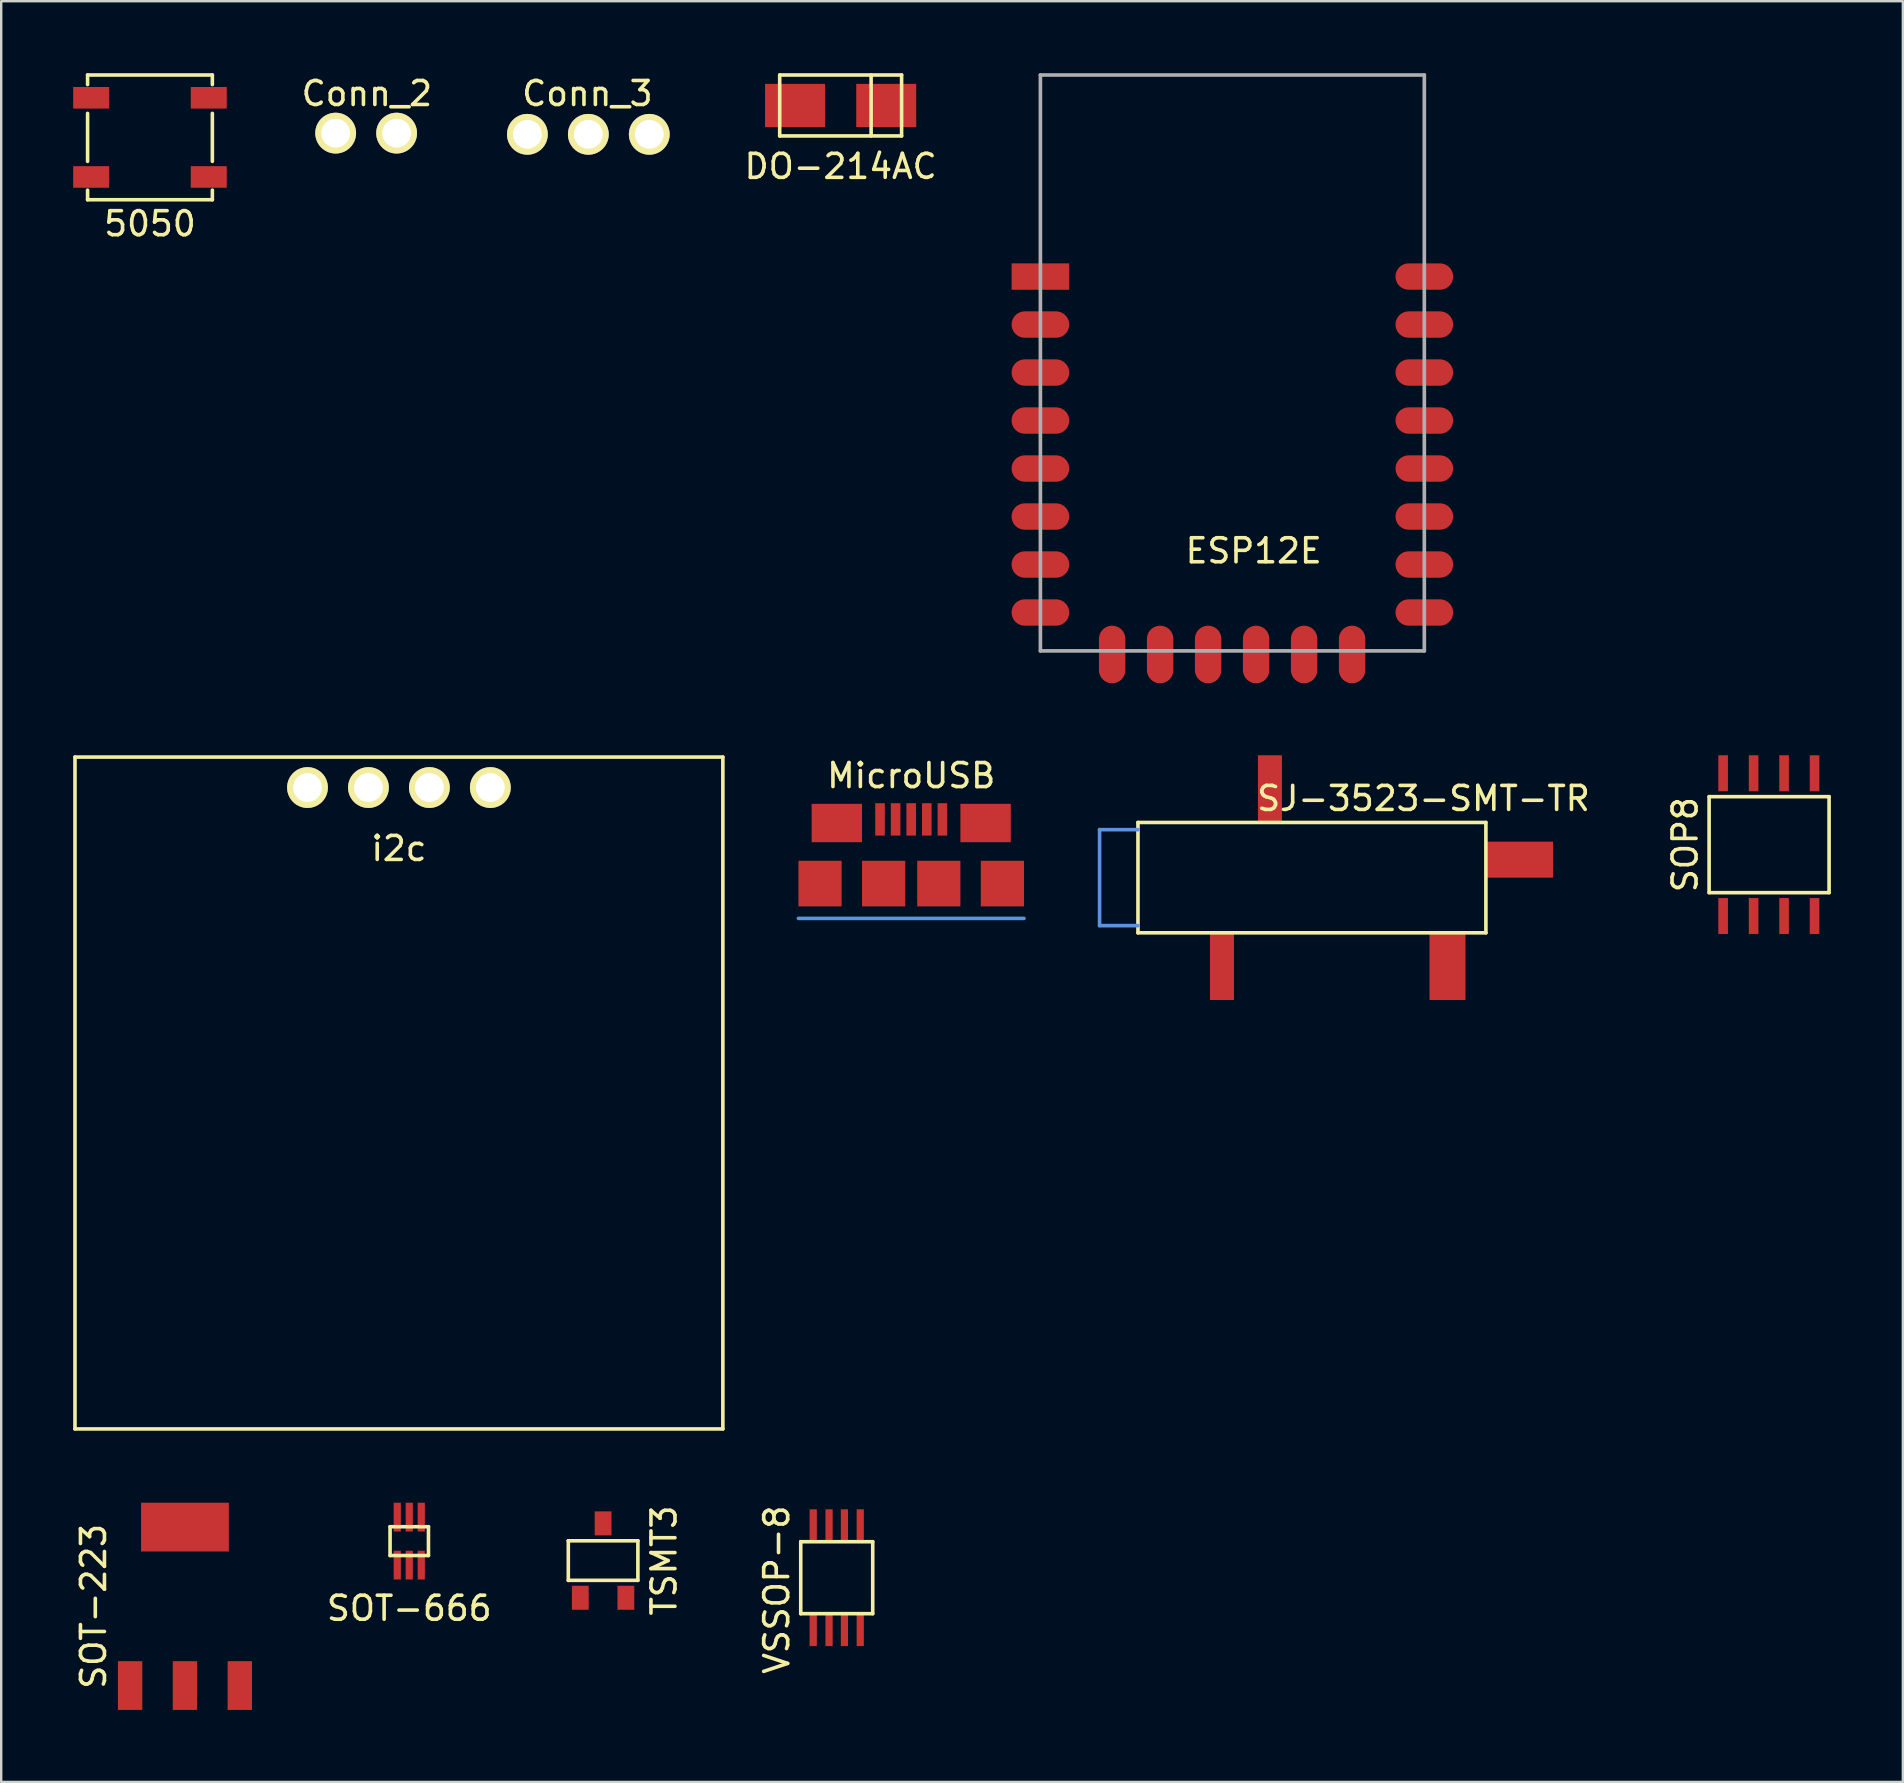
<source format=kicad_pcb>
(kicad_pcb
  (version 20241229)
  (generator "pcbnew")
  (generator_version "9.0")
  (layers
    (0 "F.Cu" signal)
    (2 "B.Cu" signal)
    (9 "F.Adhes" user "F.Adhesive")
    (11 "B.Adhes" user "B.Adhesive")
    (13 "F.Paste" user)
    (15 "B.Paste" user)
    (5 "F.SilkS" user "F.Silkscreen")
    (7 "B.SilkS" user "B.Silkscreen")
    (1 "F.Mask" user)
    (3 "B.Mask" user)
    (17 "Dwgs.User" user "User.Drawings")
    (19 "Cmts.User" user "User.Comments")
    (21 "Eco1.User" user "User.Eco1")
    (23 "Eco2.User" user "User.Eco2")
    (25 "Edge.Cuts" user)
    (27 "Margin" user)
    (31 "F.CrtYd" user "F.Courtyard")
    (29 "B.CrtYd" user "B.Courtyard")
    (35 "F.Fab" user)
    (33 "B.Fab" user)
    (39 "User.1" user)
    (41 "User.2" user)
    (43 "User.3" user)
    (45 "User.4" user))
  (footprint "SOT-223"
    (layer "F.Cu")
    (at 4.658 63.894)
    (property "Reference" "SOT-223" (at -3.81 0 270) (layer "F.SilkS") (effects (font (size 1 1) (thickness 0.15))))
    (attr smd)
    (pad "1" smd rect (at -2.286 3.302) (size 1.016 2.032) (layers "F.Cu" "F.Mask" "F.Paste"))
    (pad "2" smd rect (at 0 -3.302) (size 3.658 2.032) (layers "F.Cu" "F.Mask" "F.Paste"))
    (pad "2" smd rect (at 0 3.302) (size 1.016 2.032) (layers "F.Cu" "F.Mask" "F.Paste"))
    (pad "3" smd rect (at 2.286 3.302) (size 1.016 2.032) (layers "F.Cu" "F.Mask" "F.Paste")))
  (footprint "SJ-3523-SMT-TR"
    (layer "F.Cu")
    (at 47.875 33.526)
    (property "Reference" "SJ-3523-SMT-TR" (at 8.4 -3.3 0) (layer "F.SilkS") (effects (font (size 1 1) (thickness 0.15))))
    (attr through_hole)
    (fp_line (start -3.5 -2.3) (end -3.5 2.3) (stroke (width 0.15) (type solid)) (layer "F.SilkS"))
    (fp_line (start -3.5 -2.3) (end 11 -2.3) (stroke (width 0.15) (type solid)) (layer "F.SilkS"))
    (fp_line (start -3.5 2.3) (end 11 2.3) (stroke (width 0.15) (type solid)) (layer "F.SilkS"))
    (fp_line (start 11 -2.3) (end 11 2.3) (stroke (width 0.15) (type solid)) (layer "F.SilkS"))
    (fp_line (start -5.1 -2) (end -3.5 -2) (stroke (width 0.15) (type solid)) (layer "Cmts.User"))
    (fp_line (start -5.1 2) (end -5.1 -2) (stroke (width 0.15) (type solid)) (layer "Cmts.User"))
    (fp_line (start -3.5 2) (end -5.1 2) (stroke (width 0.15) (type solid)) (layer "Cmts.User"))
    (pad "" smd rect (at 12.4 -0.75) (size 2.8 1.5) (layers "F.Cu" "F.Mask" "F.Paste"))
    (pad "1" smd rect (at 9.4 3.7) (size 1.5 2.8) (layers "F.Cu" "F.Mask" "F.Paste"))
    (pad "4" smd rect (at 2 -3.7) (size 1 2.8) (layers "F.Cu" "F.Mask" "F.Paste"))
    (pad "5" smd rect (at 0 3.7) (size 1 2.8) (layers "F.Cu" "F.Mask" "F.Paste")))
  (footprint "TSMT3"
    (layer "F.Cu")
    (at 22.084 61.987)
    (property "Reference" "TSMT3" (at 2.54 0 90) (layer "F.SilkS") (effects (font (size 1 1) (thickness 0.15))))
    (attr through_hole)
    (fp_line (start -1.45 -0.825) (end -1.45 0.825) (stroke (width 0.15) (type solid)) (layer "F.SilkS"))
    (fp_line (start -1.45 -0.825) (end 1.45 -0.825) (stroke (width 0.15) (type solid)) (layer "F.SilkS"))
    (fp_line (start -1.45 0.825) (end 1.45 0.825) (stroke (width 0.15) (type solid)) (layer "F.SilkS"))
    (fp_line (start 1.45 0.825) (end 1.45 -0.825) (stroke (width 0.15) (type solid)) (layer "F.SilkS"))
    (pad "1" smd rect (at -0.95 1.55) (size 0.7 1) (layers "F.Cu" "F.Mask" "F.Paste"))
    (pad "2" smd rect (at 0.95 1.55) (size 0.7 1) (layers "F.Cu" "F.Mask" "F.Paste"))
    (pad "3" smd rect (at 0 -1.55) (size 0.7 1) (layers "F.Cu" "F.Mask" "F.Paste")))
  (footprint "Conn_2"
    (layer "F.Cu")
    (at 10.939 2.498)
    (property "Reference" "Conn_2" (at 1.3 -1.65 0) (layer "F.SilkS") (effects (font (size 1 1) (thickness 0.15))))
    (attr through_hole)
    (pad "1" thru_hole circle (at 0 0) (size 1.7 1.7) (drill 1.2) (layers "*.Cu" "*.Mask" "F.SilkS"))
    (pad "2" thru_hole circle (at 2.54 0) (size 1.7 1.7) (drill 1.2) (layers "*.Cu" "*.Mask" "F.SilkS")))
  (footprint "i2c"
    (layer "F.Cu")
    (at 13.575 29.771)
    (property "Reference" "i2c" (at 0 2.54 0) (layer "F.SilkS") (effects (font (size 1 1) (thickness 0.15))))
    (attr through_hole)
    (fp_line (start -13.5 -1.27) (end -13.5 26.73) (stroke (width 0.15) (type solid)) (layer "F.SilkS"))
    (fp_line (start -13.5 -1.27) (end 13.5 -1.27) (stroke (width 0.15) (type solid)) (layer "F.SilkS"))
    (fp_line (start -13.5 26.73) (end 13.5 26.73) (stroke (width 0.15) (type solid)) (layer "F.SilkS"))
    (fp_line (start 13.5 -1.27) (end 13.5 26.73) (stroke (width 0.15) (type solid)) (layer "F.SilkS"))
    (pad "1" thru_hole circle (at -3.81 0) (size 1.7 1.7) (drill 1.2) (layers "*.Cu" "*.Mask" "F.SilkS"))
    (pad "2" thru_hole circle (at -1.27 0) (size 1.7 1.7) (drill 1.2) (layers "*.Cu" "*.Mask" "F.SilkS"))
    (pad "3" thru_hole circle (at 1.27 0) (size 1.7 1.7) (drill 1.2) (layers "*.Cu" "*.Mask" "F.SilkS"))
    (pad "4" thru_hole circle (at 3.81 0) (size 1.7 1.7) (drill 1.2) (layers "*.Cu" "*.Mask" "F.SilkS")))
  (footprint "DO-214AC"
    (layer "F.Cu")
    (at 31.984 1.345)
    (property "Reference" "DO-214AC" (at 0 2.54 0) (layer "F.SilkS") (effects (font (size 1 1) (thickness 0.15))))
    (attr through_hole)
    (fp_line (start -2.54 -1.27) (end 2.54 -1.27) (stroke (width 0.15) (type solid)) (layer "F.SilkS"))
    (fp_line (start -2.54 1.27) (end -2.54 -1.27) (stroke (width 0.15) (type solid)) (layer "F.SilkS"))
    (fp_line (start 1.27 -1.27) (end 1.27 1.27) (stroke (width 0.15) (type solid)) (layer "F.SilkS"))
    (fp_line (start 2.54 -1.27) (end 2.54 1.27) (stroke (width 0.15) (type solid)) (layer "F.SilkS"))
    (fp_line (start 2.54 1.27) (end -2.54 1.27) (stroke (width 0.15) (type solid)) (layer "F.SilkS"))
    (pad "1" smd rect (at 1.9 0) (size 2.5 1.8) (layers "F.Cu" "F.Mask" "F.Paste"))
    (pad "2" smd rect (at -1.9 0) (size 2.5 1.8) (layers "F.Cu" "F.Mask" "F.Paste")))
  (footprint "Conn_3"
    (layer "F.Cu")
    (at 18.929 2.548)
    (property "Reference" "Conn_3" (at 2.5 -1.7 0) (layer "F.SilkS") (effects (font (size 1 1) (thickness 0.15))))
    (attr through_hole)
    (pad "1" thru_hole circle (at 0 0) (size 1.7 1.7) (drill 1.2) (layers "*.Cu" "*.Mask" "F.SilkS"))
    (pad "2" thru_hole circle (at 2.54 0) (size 1.7 1.7) (drill 1.2) (layers "*.Cu" "*.Mask" "F.SilkS"))
    (pad "3" thru_hole circle (at 5.08 0) (size 1.7 1.7) (drill 1.2) (layers "*.Cu" "*.Mask" "F.SilkS")))
  (footprint "ESP12E"
    (layer "F.Cu")
    (at 40.309 8.476)
    (property "Reference" "ESP12E" (at 8.89 11.43 0) (layer "F.SilkS") (effects (font (size 1 1) (thickness 0.15))))
    (attr through_hole)
    (fp_line (start 0 -8.4) (end 16 -8.4) (stroke (width 0.152) (type solid)) (layer "F.Fab"))
    (fp_line (start 0 15.6) (end 0 -8.4) (stroke (width 0.152) (type solid)) (layer "F.Fab"))
    (fp_line (start 16 -8.4) (end 16 15.6) (stroke (width 0.152) (type solid)) (layer "F.Fab"))
    (fp_line (start 16 15.6) (end 0 15.6) (stroke (width 0.152) (type solid)) (layer "F.Fab"))
    (pad "1" smd rect (at 0 0) (size 2.4 1.1) (layers "F.Cu" "F.Mask" "F.Paste"))
    (pad "2" smd oval (at 0 2) (size 2.4 1.1) (layers "F.Cu" "F.Mask" "F.Paste"))
    (pad "3" smd oval (at 0 4) (size 2.4 1.1) (layers "F.Cu" "F.Mask" "F.Paste"))
    (pad "4" smd oval (at 0 6) (size 2.4 1.1) (layers "F.Cu" "F.Mask" "F.Paste"))
    (pad "5" smd oval (at 0 8) (size 2.4 1.1) (layers "F.Cu" "F.Mask" "F.Paste"))
    (pad "6" smd oval (at 0 10) (size 2.4 1.1) (layers "F.Cu" "F.Mask" "F.Paste"))
    (pad "7" smd oval (at 0 12) (size 2.4 1.1) (layers "F.Cu" "F.Mask" "F.Paste"))
    (pad "8" smd oval (at 0 14) (size 2.4 1.1) (layers "F.Cu" "F.Mask" "F.Paste"))
    (pad "9" smd oval (at 2.99 15.75 90) (size 2.4 1.1) (layers "F.Cu" "F.Mask" "F.Paste"))
    (pad "10" smd oval (at 4.99 15.75 90) (size 2.4 1.1) (layers "F.Cu" "F.Mask" "F.Paste"))
    (pad "11" smd oval (at 6.99 15.75 90) (size 2.4 1.1) (layers "F.Cu" "F.Mask" "F.Paste"))
    (pad "12" smd oval (at 8.99 15.75 90) (size 2.4 1.1) (layers "F.Cu" "F.Mask" "F.Paste"))
    (pad "13" smd oval (at 10.99 15.75 90) (size 2.4 1.1) (layers "F.Cu" "F.Mask" "F.Paste"))
    (pad "14" smd oval (at 12.99 15.75 90) (size 2.4 1.1) (layers "F.Cu" "F.Mask" "F.Paste"))
    (pad "15" smd oval (at 16 14) (size 2.4 1.1) (layers "F.Cu" "F.Mask" "F.Paste"))
    (pad "16" smd oval (at 16 12) (size 2.4 1.1) (layers "F.Cu" "F.Mask" "F.Paste"))
    (pad "17" smd oval (at 16 10) (size 2.4 1.1) (layers "F.Cu" "F.Mask" "F.Paste"))
    (pad "18" smd oval (at 16 8) (size 2.4 1.1) (layers "F.Cu" "F.Mask" "F.Paste"))
    (pad "19" smd oval (at 16 6) (size 2.4 1.1) (layers "F.Cu" "F.Mask" "F.Paste"))
    (pad "20" smd oval (at 16 4) (size 2.4 1.1) (layers "F.Cu" "F.Mask" "F.Paste"))
    (pad "21" smd oval (at 16 2) (size 2.4 1.1) (layers "F.Cu" "F.Mask" "F.Paste"))
    (pad "22" smd oval (at 16 0) (size 2.4 1.1) (layers "F.Cu" "F.Mask" "F.Paste")))
  (footprint "5050"
    (layer "F.Cu")
    (at 3.2 2.675)
    (property "Reference" "5050" (at 0 3.6 0) (layer "F.SilkS") (effects (font (size 1 1) (thickness 0.15))))
    (attr through_hole)
    (fp_line (start -2.6 -2.6) (end 2.6 -2.6) (stroke (width 0.15) (type solid)) (layer "F.SilkS"))
    (fp_line (start -2.6 -2.2) (end -2.6 -2.6) (stroke (width 0.15) (type solid)) (layer "F.SilkS"))
    (fp_line (start -2.6 -1) (end -2.6 1) (stroke (width 0.15) (type solid)) (layer "F.SilkS"))
    (fp_line (start -2.6 2.2) (end -2.6 2.6) (stroke (width 0.15) (type solid)) (layer "F.SilkS"))
    (fp_line (start -2.6 2.6) (end 2.6 2.6) (stroke (width 0.15) (type solid)) (layer "F.SilkS"))
    (fp_line (start 2.6 -2.6) (end 2.6 -2.2) (stroke (width 0.15) (type solid)) (layer "F.SilkS"))
    (fp_line (start 2.6 -1) (end 2.6 1) (stroke (width 0.15) (type solid)) (layer "F.SilkS"))
    (fp_line (start 2.6 2.6) (end 2.6 2.2) (stroke (width 0.15) (type solid)) (layer "F.SilkS"))
    (pad "1" smd rect (at -2.45 -1.65) (size 1.5 0.9) (layers "F.Cu" "F.Mask" "F.Paste"))
    (pad "2" smd rect (at -2.45 1.65) (size 1.5 0.9) (layers "F.Cu" "F.Mask" "F.Paste"))
    (pad "3" smd rect (at 2.45 1.65) (size 1.5 0.9) (layers "F.Cu" "F.Mask" "F.Paste"))
    (pad "4" smd rect (at 2.45 -1.65) (size 1.5 0.9) (layers "F.Cu" "F.Mask" "F.Paste")))
  (footprint "MicroUSB"
    (layer "F.Cu")
    (at 34.925 33.774)
    (property "Reference" "MicroUSB" (at 0 -4.5 0) (layer "F.SilkS") (effects (font (size 1 1) (thickness 0.15))))
    (attr through_hole)
    (fp_line (start -4.7 1.45) (end 4.7 1.45) (stroke (width 0.15) (type solid)) (layer "Cmts.User"))
    (pad "1" smd rect (at -1.3 -2.675) (size 0.4 1.35) (layers "F.Cu" "F.Mask" "F.Paste"))
    (pad "2" smd rect (at -0.65 -2.675) (size 0.4 1.35) (layers "F.Cu" "F.Mask" "F.Paste"))
    (pad "3" smd rect (at 0 -2.675) (size 0.4 1.35) (layers "F.Cu" "F.Mask" "F.Paste"))
    (pad "4" smd rect (at 0.65 -2.675) (size 0.4 1.35) (layers "F.Cu" "F.Mask" "F.Paste"))
    (pad "5" smd rect (at 1.3 -2.675) (size 0.4 1.35) (layers "F.Cu" "F.Mask" "F.Paste"))
    (pad "6" smd rect (at -3.8 0) (size 1.8 1.9) (layers "F.Cu" "F.Mask" "F.Paste"))
    (pad "6" smd rect (at -3.1 -2.525) (size 2.1 1.6) (layers "F.Cu" "F.Mask" "F.Paste"))
    (pad "6" smd rect (at -1.15 0) (size 1.8 1.9) (layers "F.Cu" "F.Mask" "F.Paste"))
    (pad "6" smd rect (at 1.15 0) (size 1.8 1.9) (layers "F.Cu" "F.Mask" "F.Paste"))
    (pad "6" smd rect (at 3.1 -2.525) (size 2.1 1.6) (layers "F.Cu" "F.Mask" "F.Paste"))
    (pad "6" smd rect (at 3.8 0) (size 1.8 1.9) (layers "F.Cu" "F.Mask" "F.Paste")))
  (footprint "VSSOP-8"
    (layer "F.Cu")
    (at 31.821 62.701)
    (property "Reference" "VSSOP-8" (at -2.5 0.5 90) (layer "F.SilkS") (effects (font (size 1 1) (thickness 0.15))))
    (attr through_hole)
    (fp_line (start -1.5 -1.5) (end 1.5 -1.5) (stroke (width 0.15) (type solid)) (layer "F.SilkS"))
    (fp_line (start -1.5 1.5) (end -1.5 -1.5) (stroke (width 0.15) (type solid)) (layer "F.SilkS"))
    (fp_line (start 1.5 -1.5) (end 1.5 1.5) (stroke (width 0.15) (type solid)) (layer "F.SilkS"))
    (fp_line (start 1.5 1.5) (end -1.5 1.5) (stroke (width 0.15) (type solid)) (layer "F.SilkS"))
    (pad "1" smd rect (at -0.98 2.2) (size 0.3 1.3) (layers "F.Cu" "F.Mask" "F.Paste"))
    (pad "2" smd rect (at -0.32 2.2) (size 0.3 1.3) (layers "F.Cu" "F.Mask" "F.Paste"))
    (pad "3" smd rect (at 0.32 2.2) (size 0.3 1.3) (layers "F.Cu" "F.Mask" "F.Paste"))
    (pad "4" smd rect (at 0.98 2.2) (size 0.3 1.3) (layers "F.Cu" "F.Mask" "F.Paste"))
    (pad "5" smd rect (at 0.98 -2.2) (size 0.3 1.3) (layers "F.Cu" "F.Mask" "F.Paste"))
    (pad "6" smd rect (at 0.32 -2.2) (size 0.3 1.3) (layers "F.Cu" "F.Mask" "F.Paste"))
    (pad "7" smd rect (at -0.32 -2.2) (size 0.3 1.3) (layers "F.Cu" "F.Mask" "F.Paste"))
    (pad "8" smd rect (at -0.98 -2.2) (size 0.3 1.3) (layers "F.Cu" "F.Mask" "F.Paste")))
  (footprint "SOP8"
    (layer "F.Cu")
    (at 70.677 32.151)
    (property "Reference" "SOP8" (at -3.5 0 90) (layer "F.SilkS") (effects (font (size 1 1) (thickness 0.15))))
    (attr through_hole)
    (fp_line (start -2.5 -2) (end 2.5 -2) (stroke (width 0.15) (type solid)) (layer "F.SilkS"))
    (fp_line (start -2.5 2) (end -2.5 -2) (stroke (width 0.15) (type solid)) (layer "F.SilkS"))
    (fp_line (start 2.5 -2) (end 2.5 2) (stroke (width 0.15) (type solid)) (layer "F.SilkS"))
    (fp_line (start 2.5 2) (end -2.5 2) (stroke (width 0.15) (type solid)) (layer "F.SilkS"))
    (pad "1" smd rect (at -1.915 2.975) (size 0.4 1.5) (layers "F.Cu" "F.Mask" "F.Paste"))
    (pad "2" smd rect (at -0.645 2.975) (size 0.4 1.5) (layers "F.Cu" "F.Mask" "F.Paste"))
    (pad "3" smd rect (at 0.625 2.975) (size 0.4 1.5) (layers "F.Cu" "F.Mask" "F.Paste"))
    (pad "4" smd rect (at 1.895 2.975) (size 0.4 1.5) (layers "F.Cu" "F.Mask" "F.Paste"))
    (pad "5" smd rect (at 1.895 -2.975) (size 0.4 1.5) (layers "F.Cu" "F.Mask" "F.Paste"))
    (pad "6" smd rect (at 0.625 -2.975) (size 0.4 1.5) (layers "F.Cu" "F.Mask" "F.Paste"))
    (pad "7" smd rect (at -0.645 -2.975) (size 0.4 1.5) (layers "F.Cu" "F.Mask" "F.Paste"))
    (pad "8" smd rect (at -1.915 -2.975) (size 0.4 1.5) (layers "F.Cu" "F.Mask" "F.Paste")))
  (footprint "SOT-666"
    (layer "F.Cu")
    (at 14.006 61.176)
    (property "Reference" "SOT-666" (at 0 2.8 0) (layer "F.SilkS") (effects (font (size 1 1) (thickness 0.15))))
    (attr through_hole)
    (fp_line (start -0.8 -0.6) (end -0.8 0.6) (stroke (width 0.15) (type solid)) (layer "F.SilkS"))
    (fp_line (start -0.8 -0.6) (end 0.8 -0.6) (stroke (width 0.15) (type solid)) (layer "F.SilkS"))
    (fp_line (start -0.8 0.6) (end 0.8 0.6) (stroke (width 0.15) (type solid)) (layer "F.SilkS"))
    (fp_line (start 0.8 0.6) (end 0.8 -0.6) (stroke (width 0.15) (type solid)) (layer "F.SilkS"))
    (pad "1" smd rect (at -0.5 1) (size 0.3 1.2) (layers "F.Cu" "F.Mask" "F.Paste"))
    (pad "2" smd rect (at 0 1) (size 0.3 1.2) (layers "F.Cu" "F.Mask" "F.Paste"))
    (pad "3" smd rect (at 0.5 1) (size 0.3 1.2) (layers "F.Cu" "F.Mask" "F.Paste"))
    (pad "4" smd rect (at 0.5 -1) (size 0.3 1.2) (layers "F.Cu" "F.Mask" "F.Paste"))
    (pad "5" smd rect (at 0 -1) (size 0.3 1.2) (layers "F.Cu" "F.Mask" "F.Paste"))
    (pad "6" smd rect (at -0.5 -1) (size 0.3 1.2) (layers "F.Cu" "F.Mask" "F.Paste")))
  (gr_rect
    (start -3 -3)
    (end 76.252 71.212)
    (stroke (width 0.1) (type default))
    (fill no)
    (layer "Edge.Cuts")))
</source>
